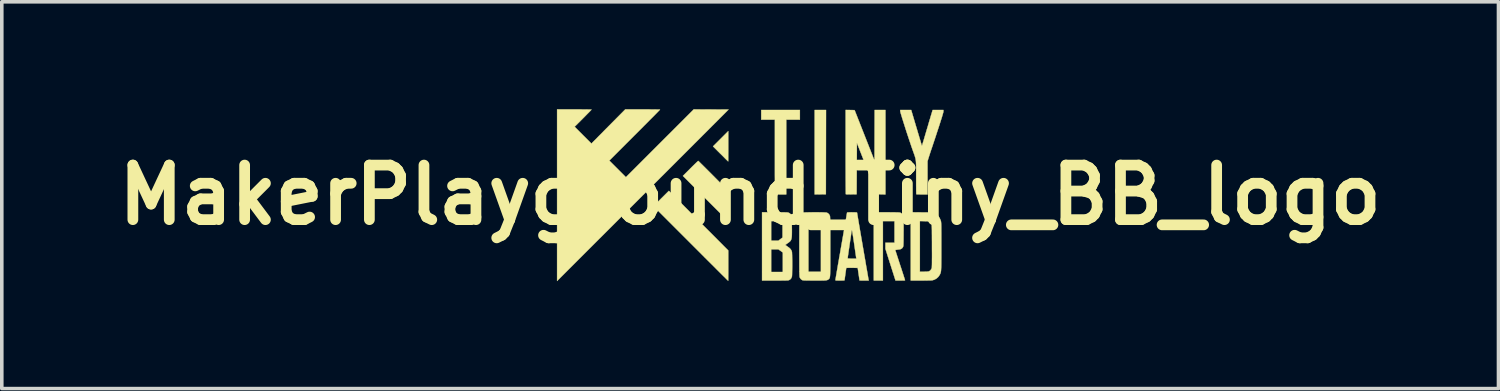
<source format=kicad_pcb>
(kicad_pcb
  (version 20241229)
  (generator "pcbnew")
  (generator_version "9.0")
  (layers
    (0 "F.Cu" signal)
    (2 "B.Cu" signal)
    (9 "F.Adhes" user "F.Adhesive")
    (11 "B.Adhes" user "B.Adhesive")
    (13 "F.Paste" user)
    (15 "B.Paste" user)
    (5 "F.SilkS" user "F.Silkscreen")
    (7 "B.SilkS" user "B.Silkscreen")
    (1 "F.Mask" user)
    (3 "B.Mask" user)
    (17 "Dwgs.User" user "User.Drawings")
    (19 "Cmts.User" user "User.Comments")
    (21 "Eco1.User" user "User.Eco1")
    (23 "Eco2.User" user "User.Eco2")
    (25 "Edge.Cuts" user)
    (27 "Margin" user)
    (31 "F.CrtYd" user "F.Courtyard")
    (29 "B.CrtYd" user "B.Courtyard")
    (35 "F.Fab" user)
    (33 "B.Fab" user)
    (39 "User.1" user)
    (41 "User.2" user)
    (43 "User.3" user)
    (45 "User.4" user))
  (footprint "MakerPlayground_Tiny_BB_logo"
    (layer "F.Cu")
    (at 17.896 2.394)
    (property "Reference" "MakerPlayground_Tiny_BB_logo" (at 0 0 0) (layer "F.SilkS") (effects (font (size 1.524 1.524) (thickness 0.3))))
    (attr through_hole)
    (fp_poly (pts (xy 2.117 -1.197) (xy 2.115 -0.02) (xy 1.959 -0.018) (xy 1.802 -0.016) (xy 1.802 -2.373) (xy 2.119 -2.373) (xy 2.117 -1.197)) (stroke (width 0.01) (type solid)) (fill yes) (layer "F.SilkS"))
    (fp_poly (pts (xy -0.611 -1.359) (xy -0.611 -1.279) (xy -0.611 -1.204) (xy -0.612 -1.135) (xy -0.612 -1.074) (xy -0.612 -1.022) (xy -0.612 -0.982) (xy -0.613 -0.953) (xy -0.613 -0.938) (xy -0.613 -0.937) (xy -0.619 -0.942) (xy -0.635 -0.957) (xy -0.66 -0.982) (xy -0.692 -1.013) (xy -0.73 -1.052) (xy -0.773 -1.095) (xy -0.82 -1.142) (xy -0.826 -1.147) (xy -1.036 -1.357) (xy -0.611 -1.782) (xy -0.611 -1.359)) (stroke (width 0.01) (type solid)) (fill yes) (layer "F.SilkS"))
    (fp_poly (pts (xy -1.441 -0.945) (xy -1.424 -0.929) (xy -1.398 -0.903) (xy -1.363 -0.868) (xy -1.32 -0.826) (xy -1.271 -0.777) (xy -1.216 -0.722) (xy -1.156 -0.662) (xy -1.092 -0.598) (xy -1.025 -0.531) (xy -0.611 -0.113) (xy -0.613 0.309) (xy -0.615 0.73) (xy -1.877 -0.532) (xy -1.667 -0.742) (xy -1.619 -0.79) (xy -1.575 -0.833) (xy -1.535 -0.872) (xy -1.502 -0.904) (xy -1.475 -0.929) (xy -1.457 -0.945) (xy -1.448 -0.951) (xy -1.448 -0.951) (xy -1.441 -0.945)) (stroke (width 0.01) (type solid)) (fill yes) (layer "F.SilkS"))
    (fp_poly (pts (xy 1.389 -2.103) (xy 1.008 -2.103) (xy 1.008 -0.016) (xy 0.855 -0.016) (xy 0.807 -0.016) (xy 0.764 -0.017) (xy 0.73 -0.018) (xy 0.707 -0.019) (xy 0.696 -0.021) (xy 0.696 -0.021) (xy 0.695 -0.03) (xy 0.695 -0.053) (xy 0.694 -0.09) (xy 0.693 -0.141) (xy 0.693 -0.203) (xy 0.692 -0.277) (xy 0.692 -0.361) (xy 0.692 -0.455) (xy 0.691 -0.556) (xy 0.691 -0.666) (xy 0.691 -0.781) (xy 0.691 -0.903) (xy 0.691 -1.029) (xy 0.691 -1.065) (xy 0.691 -2.103) (xy 0.31 -2.103) (xy 0.31 -2.373) (xy 1.389 -2.373) (xy 1.389 -2.103)) (stroke (width 0.01) (type solid)) (fill yes) (layer "F.SilkS"))
    (fp_poly (pts (xy -1.44 0.718) (xy -0.611 1.55) (xy -0.611 1.974) (xy -0.611 2.054) (xy -0.611 2.129) (xy -0.611 2.198) (xy -0.612 2.259) (xy -0.612 2.311) (xy -0.612 2.352) (xy -0.613 2.38) (xy -0.613 2.395) (xy -0.613 2.397) (xy -0.619 2.392) (xy -0.635 2.375) (xy -0.662 2.349) (xy -0.698 2.313) (xy -0.743 2.268) (xy -0.797 2.215) (xy -0.858 2.154) (xy -0.927 2.085) (xy -1.002 2.009) (xy -1.084 1.928) (xy -1.172 1.84) (xy -1.265 1.748) (xy -1.362 1.65) (xy -1.463 1.549) (xy -1.568 1.444) (xy -1.657 1.355) (xy -2.699 0.313) (xy -2.484 0.099) (xy -2.269 -0.115) (xy -1.44 0.718)) (stroke (width 0.01) (type solid)) (fill yes) (layer "F.SilkS"))
    (fp_poly (pts (xy 2.792 -2.372) (xy 2.917 -2.369) (xy 3.195 -1.663) (xy 3.473 -0.957) (xy 3.475 -1.665) (xy 3.477 -2.373) (xy 3.627 -2.373) (xy 3.778 -2.373) (xy 3.778 -0.015) (xy 3.662 -0.018) (xy 3.546 -0.02) (xy 3.263 -0.737) (xy 2.981 -1.455) (xy 2.977 -0.737) (xy 2.973 -0.02) (xy 2.825 -0.018) (xy 2.778 -0.017) (xy 2.737 -0.017) (xy 2.704 -0.018) (xy 2.682 -0.019) (xy 2.672 -0.021) (xy 2.672 -0.029) (xy 2.671 -0.053) (xy 2.671 -0.09) (xy 2.67 -0.141) (xy 2.67 -0.204) (xy 2.669 -0.279) (xy 2.669 -0.364) (xy 2.668 -0.459) (xy 2.668 -0.563) (xy 2.668 -0.675) (xy 2.667 -0.793) (xy 2.667 -0.918) (xy 2.667 -1.049) (xy 2.667 -1.184) (xy 2.667 -1.2) (xy 2.667 -2.374) (xy 2.792 -2.372)) (stroke (width 0.01) (type solid)) (fill yes) (layer "F.SilkS"))
    (fp_poly (pts (xy -0.603 -2.385) (xy -2.996 0.008) (xy -5.39 2.401) (xy -5.39 -2.389) (xy -4.909 -2.389) (xy -4.824 -2.389) (xy -4.743 -2.389) (xy -4.668 -2.388) (xy -4.601 -2.388) (xy -4.544 -2.387) (xy -4.496 -2.386) (xy -4.46 -2.385) (xy -4.437 -2.384) (xy -4.429 -2.383) (xy -4.429 -2.383) (xy -4.435 -2.377) (xy -4.45 -2.36) (xy -4.475 -2.334) (xy -4.507 -2.301) (xy -4.546 -2.262) (xy -4.59 -2.217) (xy -4.638 -2.168) (xy -4.665 -2.141) (xy -4.901 -1.905) (xy -4.667 -1.67) (xy -4.432 -1.435) (xy -3.96 -1.912) (xy -3.487 -2.389) (xy -3.002 -2.389) (xy -2.916 -2.389) (xy -2.834 -2.389) (xy -2.759 -2.388) (xy -2.692 -2.388) (xy -2.633 -2.387) (xy -2.585 -2.386) (xy -2.549 -2.385) (xy -2.525 -2.384) (xy -2.516 -2.383) (xy -2.516 -2.383) (xy -2.522 -2.377) (xy -2.538 -2.36) (xy -2.564 -2.334) (xy -2.599 -2.298) (xy -2.643 -2.253) (xy -2.694 -2.201) (xy -2.753 -2.142) (xy -2.819 -2.076) (xy -2.89 -2.004) (xy -2.966 -1.928) (xy -3.047 -1.846) (xy -3.132 -1.761) (xy -3.22 -1.673) (xy -3.225 -1.669) (xy -3.933 -0.96) (xy -3.469 -0.496) (xy -1.575 -2.389) (xy -0.603 -2.385)) (stroke (width 0.01) (type solid)) (fill yes) (layer "F.SilkS"))
    (fp_poly (pts (xy 3.812 0.484) (xy 3.897 0.484) (xy 3.969 0.485) (xy 4.027 0.485) (xy 4.073 0.486) (xy 4.11 0.486) (xy 4.139 0.488) (xy 4.16 0.489) (xy 4.176 0.491) (xy 4.188 0.494) (xy 4.198 0.497) (xy 4.204 0.499) (xy 4.242 0.525) (xy 4.268 0.56) (xy 4.278 0.588) (xy 4.281 0.604) (xy 4.282 0.635) (xy 4.283 0.682) (xy 4.284 0.742) (xy 4.285 0.816) (xy 4.285 0.904) (xy 4.285 1.004) (xy 4.284 1.022) (xy 4.284 1.112) (xy 4.283 1.189) (xy 4.283 1.252) (xy 4.282 1.303) (xy 4.281 1.344) (xy 4.28 1.376) (xy 4.279 1.401) (xy 4.277 1.419) (xy 4.275 1.433) (xy 4.272 1.443) (xy 4.269 1.451) (xy 4.267 1.455) (xy 4.242 1.489) (xy 4.207 1.511) (xy 4.171 1.52) (xy 4.144 1.523) (xy 4.111 1.527) (xy 4.095 1.53) (xy 4.051 1.536) (xy 4.188 1.957) (xy 4.214 2.035) (xy 4.238 2.109) (xy 4.26 2.177) (xy 4.28 2.237) (xy 4.296 2.289) (xy 4.31 2.331) (xy 4.319 2.362) (xy 4.325 2.379) (xy 4.326 2.383) (xy 4.318 2.385) (xy 4.298 2.387) (xy 4.266 2.388) (xy 4.227 2.389) (xy 4.193 2.389) (xy 4.06 2.389) (xy 3.919 1.947) (xy 3.778 1.504) (xy 3.778 1.333) (xy 4.032 1.333) (xy 4.032 0.73) (xy 3.707 0.73) (xy 3.707 2.389) (xy 3.453 2.389) (xy 3.453 0.484) (xy 3.812 0.484)) (stroke (width 0.01) (type solid)) (fill yes) (layer "F.SilkS"))
    (fp_poly (pts (xy 0.778 0.484) (xy 0.848 0.484) (xy 0.906 0.485) (xy 0.952 0.485) (xy 0.988 0.486) (xy 1.016 0.487) (xy 1.037 0.488) (xy 1.053 0.49) (xy 1.065 0.493) (xy 1.074 0.496) (xy 1.083 0.5) (xy 1.088 0.502) (xy 1.114 0.519) (xy 1.133 0.542) (xy 1.143 0.56) (xy 1.163 0.599) (xy 1.165 0.888) (xy 1.166 0.975) (xy 1.166 1.047) (xy 1.165 1.108) (xy 1.163 1.157) (xy 1.158 1.197) (xy 1.152 1.229) (xy 1.142 1.255) (xy 1.13 1.277) (xy 1.114 1.296) (xy 1.093 1.314) (xy 1.069 1.332) (xy 1.043 1.35) (xy 1.017 1.369) (xy 0.997 1.384) (xy 0.986 1.394) (xy 0.985 1.396) (xy 0.991 1.402) (xy 1.007 1.415) (xy 1.032 1.432) (xy 1.049 1.445) (xy 1.096 1.479) (xy 1.129 1.512) (xy 1.151 1.545) (xy 1.165 1.582) (xy 1.166 1.588) (xy 1.169 1.607) (xy 1.17 1.639) (xy 1.172 1.682) (xy 1.173 1.735) (xy 1.174 1.794) (xy 1.175 1.858) (xy 1.175 1.924) (xy 1.175 1.991) (xy 1.174 2.055) (xy 1.173 2.116) (xy 1.172 2.171) (xy 1.171 2.217) (xy 1.169 2.253) (xy 1.167 2.276) (xy 1.166 2.282) (xy 1.147 2.326) (xy 1.119 2.358) (xy 1.092 2.374) (xy 1.084 2.378) (xy 1.074 2.38) (xy 1.061 2.383) (xy 1.044 2.385) (xy 1.021 2.386) (xy 0.99 2.387) (xy 0.951 2.388) (xy 0.902 2.388) (xy 0.841 2.389) (xy 0.766 2.389) (xy 0.697 2.389) (xy 0.333 2.389) (xy 0.333 1.516) (xy 0.587 1.516) (xy 0.587 2.151) (xy 0.913 2.151) (xy 0.913 1.606) (xy 0.85 1.561) (xy 0.787 1.516) (xy 0.587 1.516) (xy 0.333 1.516) (xy 0.333 0.73) (xy 0.587 0.73) (xy 0.587 1.278) (xy 0.788 1.278) (xy 0.846 1.233) (xy 0.905 1.188) (xy 0.905 0.73) (xy 0.587 0.73) (xy 0.333 0.73) (xy 0.333 0.484) (xy 0.693 0.484) (xy 0.778 0.484)) (stroke (width 0.01) (type solid)) (fill yes) (layer "F.SilkS"))
    (fp_poly (pts (xy 1.857 0.484) (xy 1.92 0.484) (xy 1.98 0.485) (xy 2.034 0.486) (xy 2.079 0.488) (xy 2.113 0.49) (xy 2.135 0.492) (xy 2.139 0.493) (xy 2.175 0.511) (xy 2.204 0.54) (xy 2.225 0.577) (xy 2.229 0.59) (xy 2.231 0.602) (xy 2.232 0.625) (xy 2.234 0.659) (xy 2.235 0.704) (xy 2.236 0.761) (xy 2.237 0.832) (xy 2.237 0.915) (xy 2.238 1.012) (xy 2.238 1.123) (xy 2.238 1.249) (xy 2.238 1.39) (xy 2.238 1.439) (xy 2.238 1.575) (xy 2.238 1.696) (xy 2.238 1.803) (xy 2.238 1.897) (xy 2.238 1.979) (xy 2.237 2.049) (xy 2.236 2.109) (xy 2.235 2.16) (xy 2.234 2.202) (xy 2.232 2.236) (xy 2.23 2.264) (xy 2.227 2.286) (xy 2.224 2.303) (xy 2.22 2.316) (xy 2.216 2.325) (xy 2.211 2.333) (xy 2.205 2.34) (xy 2.199 2.346) (xy 2.197 2.348) (xy 2.186 2.358) (xy 2.175 2.366) (xy 2.162 2.372) (xy 2.146 2.378) (xy 2.126 2.382) (xy 2.1 2.385) (xy 2.065 2.387) (xy 2.022 2.388) (xy 1.967 2.389) (xy 1.9 2.389) (xy 1.819 2.389) (xy 1.8 2.389) (xy 1.715 2.389) (xy 1.645 2.388) (xy 1.588 2.388) (xy 1.543 2.386) (xy 1.509 2.385) (xy 1.484 2.383) (xy 1.467 2.381) (xy 1.457 2.378) (xy 1.457 2.378) (xy 1.421 2.354) (xy 1.393 2.317) (xy 1.385 2.3) (xy 1.383 2.294) (xy 1.382 2.285) (xy 1.38 2.272) (xy 1.379 2.255) (xy 1.378 2.232) (xy 1.377 2.202) (xy 1.376 2.166) (xy 1.375 2.121) (xy 1.375 2.067) (xy 1.374 2.002) (xy 1.374 1.927) (xy 1.374 1.84) (xy 1.373 1.74) (xy 1.373 1.626) (xy 1.373 1.498) (xy 1.373 1.443) (xy 1.373 1.286) (xy 1.374 1.145) (xy 1.374 1.02) (xy 1.375 0.911) (xy 1.375 0.817) (xy 1.376 0.74) (xy 1.376 0.73) (xy 1.627 0.73) (xy 1.627 2.143) (xy 1.976 2.143) (xy 1.976 0.73) (xy 1.627 0.73) (xy 1.376 0.73) (xy 1.377 0.678) (xy 1.379 0.631) (xy 1.38 0.601) (xy 1.381 0.586) (xy 1.382 0.585) (xy 1.398 0.549) (xy 1.425 0.518) (xy 1.458 0.497) (xy 1.467 0.493) (xy 1.483 0.491) (xy 1.513 0.489) (xy 1.555 0.487) (xy 1.605 0.486) (xy 1.663 0.485) (xy 1.726 0.484) (xy 1.791 0.484) (xy 1.857 0.484)) (stroke (width 0.01) (type solid)) (fill yes) (layer "F.SilkS"))
    (fp_poly (pts (xy 4.788 0.486) (xy 4.866 0.486) (xy 4.929 0.487) (xy 4.98 0.488) (xy 5.021 0.489) (xy 5.052 0.49) (xy 5.076 0.492) (xy 5.094 0.494) (xy 5.108 0.497) (xy 5.121 0.5) (xy 5.132 0.505) (xy 5.137 0.506) (xy 5.198 0.539) (xy 5.25 0.584) (xy 5.29 0.641) (xy 5.32 0.708) (xy 5.32 0.71) (xy 5.324 0.72) (xy 5.326 0.73) (xy 5.329 0.741) (xy 5.331 0.754) (xy 5.332 0.769) (xy 5.334 0.789) (xy 5.335 0.814) (xy 5.336 0.846) (xy 5.337 0.884) (xy 5.337 0.931) (xy 5.337 0.988) (xy 5.338 1.055) (xy 5.338 1.134) (xy 5.338 1.226) (xy 5.338 1.332) (xy 5.338 1.433) (xy 5.338 1.555) (xy 5.338 1.663) (xy 5.338 1.757) (xy 5.337 1.838) (xy 5.337 1.907) (xy 5.336 1.967) (xy 5.335 2.017) (xy 5.333 2.058) (xy 5.331 2.092) (xy 5.329 2.121) (xy 5.325 2.144) (xy 5.321 2.163) (xy 5.317 2.179) (xy 5.311 2.194) (xy 5.305 2.207) (xy 5.298 2.221) (xy 5.292 2.233) (xy 5.255 2.286) (xy 5.207 2.33) (xy 5.149 2.363) (xy 5.094 2.381) (xy 5.078 2.383) (xy 5.048 2.385) (xy 5.007 2.386) (xy 4.955 2.387) (xy 4.895 2.388) (xy 4.829 2.389) (xy 4.772 2.389) (xy 4.485 2.389) (xy 4.485 2.143) (xy 4.739 2.143) (xy 4.848 2.143) (xy 4.891 2.142) (xy 4.93 2.141) (xy 4.963 2.138) (xy 4.984 2.136) (xy 4.986 2.135) (xy 5.017 2.119) (xy 5.044 2.092) (xy 5.065 2.059) (xy 5.072 2.04) (xy 5.074 2.026) (xy 5.075 1.997) (xy 5.077 1.953) (xy 5.078 1.895) (xy 5.078 1.821) (xy 5.079 1.733) (xy 5.079 1.629) (xy 5.078 1.509) (xy 5.078 1.419) (xy 5.078 1.308) (xy 5.077 1.212) (xy 5.077 1.129) (xy 5.076 1.059) (xy 5.076 1) (xy 5.075 0.951) (xy 5.074 0.912) (xy 5.073 0.881) (xy 5.072 0.856) (xy 5.07 0.838) (xy 5.069 0.824) (xy 5.067 0.814) (xy 5.064 0.806) (xy 5.061 0.8) (xy 5.061 0.8) (xy 5.044 0.776) (xy 5.022 0.755) (xy 5.018 0.752) (xy 5.005 0.745) (xy 4.992 0.74) (xy 4.975 0.737) (xy 4.95 0.734) (xy 4.917 0.733) (xy 4.87 0.732) (xy 4.864 0.731) (xy 4.739 0.729) (xy 4.739 2.143) (xy 4.485 2.143) (xy 4.485 0.483) (xy 4.788 0.486)) (stroke (width 0.01) (type solid)) (fill yes) (layer "F.SilkS"))
    (fp_poly (pts (xy 4.627 -1.935) (xy 4.659 -1.829) (xy 4.686 -1.737) (xy 4.71 -1.658) (xy 4.729 -1.592) (xy 4.746 -1.537) (xy 4.76 -1.492) (xy 4.77 -1.456) (xy 4.779 -1.428) (xy 4.785 -1.407) (xy 4.79 -1.392) (xy 4.794 -1.383) (xy 4.796 -1.377) (xy 4.797 -1.375) (xy 4.798 -1.374) (xy 4.798 -1.375) (xy 4.801 -1.383) (xy 4.808 -1.404) (xy 4.818 -1.439) (xy 4.832 -1.484) (xy 4.849 -1.54) (xy 4.868 -1.604) (xy 4.889 -1.676) (xy 4.912 -1.753) (xy 4.936 -1.835) (xy 4.937 -1.838) (xy 4.962 -1.921) (xy 4.985 -2.001) (xy 5.007 -2.076) (xy 5.028 -2.144) (xy 5.045 -2.204) (xy 5.061 -2.255) (xy 5.073 -2.295) (xy 5.081 -2.322) (xy 5.085 -2.336) (xy 5.097 -2.373) (xy 5.397 -2.373) (xy 5.397 -2.337) (xy 5.396 -2.322) (xy 5.39 -2.297) (xy 5.38 -2.261) (xy 5.366 -2.213) (xy 5.348 -2.152) (xy 5.324 -2.079) (xy 5.297 -1.992) (xy 5.264 -1.89) (xy 5.255 -1.863) (xy 5.227 -1.778) (xy 5.2 -1.695) (xy 5.174 -1.615) (xy 5.149 -1.54) (xy 5.126 -1.472) (xy 5.106 -1.412) (xy 5.09 -1.363) (xy 5.077 -1.325) (xy 5.072 -1.31) (xy 5.054 -1.258) (xy 5.034 -1.198) (xy 5.014 -1.137) (xy 4.996 -1.08) (xy 4.992 -1.068) (xy 4.953 -0.942) (xy 4.953 -0.016) (xy 4.8 -0.016) (xy 4.752 -0.016) (xy 4.709 -0.017) (xy 4.675 -0.018) (xy 4.652 -0.019) (xy 4.641 -0.021) (xy 4.641 -0.021) (xy 4.64 -0.03) (xy 4.639 -0.053) (xy 4.638 -0.089) (xy 4.637 -0.137) (xy 4.637 -0.195) (xy 4.636 -0.262) (xy 4.636 -0.336) (xy 4.636 -0.417) (xy 4.636 -0.492) (xy 4.636 -0.59) (xy 4.636 -0.675) (xy 4.636 -0.746) (xy 4.635 -0.807) (xy 4.634 -0.859) (xy 4.632 -0.903) (xy 4.629 -0.941) (xy 4.625 -0.974) (xy 4.62 -1.005) (xy 4.613 -1.035) (xy 4.604 -1.066) (xy 4.594 -1.099) (xy 4.581 -1.136) (xy 4.566 -1.178) (xy 4.548 -1.228) (xy 4.546 -1.234) (xy 4.524 -1.296) (xy 4.5 -1.365) (xy 4.475 -1.44) (xy 4.448 -1.52) (xy 4.42 -1.603) (xy 4.392 -1.688) (xy 4.364 -1.773) (xy 4.337 -1.858) (xy 4.311 -1.94) (xy 4.286 -2.018) (xy 4.263 -2.092) (xy 4.242 -2.158) (xy 4.225 -2.216) (xy 4.21 -2.265) (xy 4.199 -2.303) (xy 4.193 -2.329) (xy 4.191 -2.34) (xy 4.191 -2.373) (xy 4.497 -2.373) (xy 4.627 -1.935)) (stroke (width 0.01) (type solid)) (fill yes) (layer "F.SilkS"))
    (fp_poly (pts (xy 2.903 0.485) (xy 2.945 0.486) (xy 2.971 0.488) (xy 2.984 0.491) (xy 2.985 0.493) (xy 2.986 0.501) (xy 2.99 0.524) (xy 2.996 0.561) (xy 3.004 0.609) (xy 3.014 0.668) (xy 3.026 0.738) (xy 3.039 0.815) (xy 3.054 0.901) (xy 3.069 0.992) (xy 3.086 1.088) (xy 3.103 1.189) (xy 3.121 1.292) (xy 3.139 1.397) (xy 3.157 1.502) (xy 3.175 1.606) (xy 3.192 1.708) (xy 3.21 1.807) (xy 3.226 1.902) (xy 3.241 1.992) (xy 3.256 2.074) (xy 3.269 2.149) (xy 3.28 2.215) (xy 3.29 2.27) (xy 3.297 2.315) (xy 3.303 2.346) (xy 3.306 2.365) (xy 3.307 2.367) (xy 3.311 2.389) (xy 3.184 2.389) (xy 3.141 2.389) (xy 3.104 2.389) (xy 3.075 2.388) (xy 3.059 2.388) (xy 3.055 2.387) (xy 3.054 2.379) (xy 3.051 2.358) (xy 3.046 2.325) (xy 3.04 2.283) (xy 3.033 2.235) (xy 3.029 2.211) (xy 3.004 2.036) (xy 2.843 2.034) (xy 2.792 2.033) (xy 2.749 2.034) (xy 2.715 2.035) (xy 2.692 2.036) (xy 2.683 2.039) (xy 2.683 2.039) (xy 2.682 2.049) (xy 2.679 2.071) (xy 2.674 2.105) (xy 2.668 2.147) (xy 2.661 2.196) (xy 2.659 2.211) (xy 2.652 2.26) (xy 2.646 2.304) (xy 2.641 2.341) (xy 2.637 2.367) (xy 2.635 2.381) (xy 2.635 2.382) (xy 2.628 2.385) (xy 2.607 2.387) (xy 2.576 2.388) (xy 2.537 2.389) (xy 2.508 2.389) (xy 2.46 2.389) (xy 2.426 2.388) (xy 2.403 2.387) (xy 2.39 2.385) (xy 2.383 2.381) (xy 2.381 2.377) (xy 2.381 2.376) (xy 2.383 2.367) (xy 2.386 2.343) (xy 2.393 2.305) (xy 2.401 2.255) (xy 2.412 2.193) (xy 2.424 2.12) (xy 2.439 2.037) (xy 2.454 1.946) (xy 2.472 1.846) (xy 2.485 1.768) (xy 2.723 1.768) (xy 2.727 1.772) (xy 2.743 1.775) (xy 2.77 1.777) (xy 2.811 1.778) (xy 2.844 1.778) (xy 2.965 1.778) (xy 2.905 1.365) (xy 2.892 1.275) (xy 2.88 1.195) (xy 2.869 1.126) (xy 2.86 1.068) (xy 2.852 1.023) (xy 2.846 0.991) (xy 2.842 0.973) (xy 2.84 0.97) (xy 2.838 0.981) (xy 2.834 1.005) (xy 2.828 1.042) (xy 2.821 1.089) (xy 2.813 1.143) (xy 2.804 1.205) (xy 2.794 1.271) (xy 2.784 1.339) (xy 2.774 1.408) (xy 2.764 1.477) (xy 2.754 1.542) (xy 2.745 1.603) (xy 2.738 1.657) (xy 2.731 1.702) (xy 2.726 1.737) (xy 2.723 1.76) (xy 2.723 1.768) (xy 2.485 1.768) (xy 2.49 1.74) (xy 2.51 1.628) (xy 2.53 1.511) (xy 2.544 1.431) (xy 2.565 1.311) (xy 2.585 1.196) (xy 2.604 1.086) (xy 2.622 0.983) (xy 2.639 0.886) (xy 2.654 0.798) (xy 2.668 0.719) (xy 2.68 0.65) (xy 2.69 0.592) (xy 2.697 0.547) (xy 2.703 0.514) (xy 2.706 0.495) (xy 2.707 0.491) (xy 2.714 0.489) (xy 2.735 0.487) (xy 2.767 0.485) (xy 2.807 0.484) (xy 2.846 0.484) (xy 2.903 0.485)) (stroke (width 0.01) (type solid)) (fill yes) (layer "F.SilkS")))
  (gr_rect
    (start -3 -3)
    (end 38.792 7.8)
    (stroke (width 0.1) (type default))
    (fill no)
    (layer "Edge.Cuts")))
</source>
